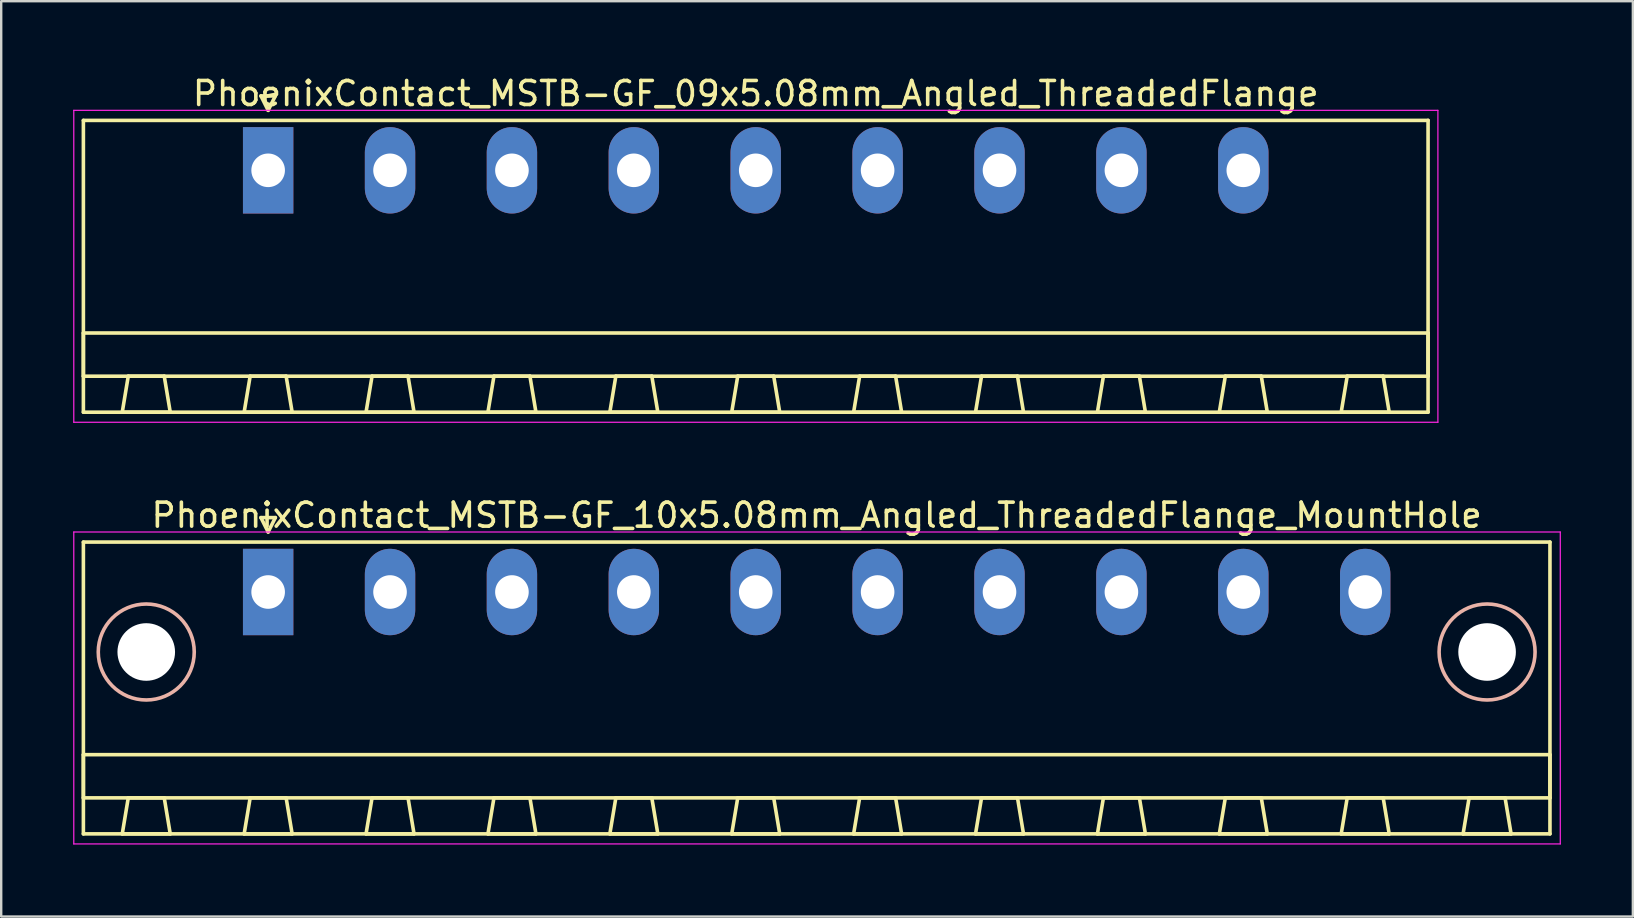
<source format=kicad_pcb>
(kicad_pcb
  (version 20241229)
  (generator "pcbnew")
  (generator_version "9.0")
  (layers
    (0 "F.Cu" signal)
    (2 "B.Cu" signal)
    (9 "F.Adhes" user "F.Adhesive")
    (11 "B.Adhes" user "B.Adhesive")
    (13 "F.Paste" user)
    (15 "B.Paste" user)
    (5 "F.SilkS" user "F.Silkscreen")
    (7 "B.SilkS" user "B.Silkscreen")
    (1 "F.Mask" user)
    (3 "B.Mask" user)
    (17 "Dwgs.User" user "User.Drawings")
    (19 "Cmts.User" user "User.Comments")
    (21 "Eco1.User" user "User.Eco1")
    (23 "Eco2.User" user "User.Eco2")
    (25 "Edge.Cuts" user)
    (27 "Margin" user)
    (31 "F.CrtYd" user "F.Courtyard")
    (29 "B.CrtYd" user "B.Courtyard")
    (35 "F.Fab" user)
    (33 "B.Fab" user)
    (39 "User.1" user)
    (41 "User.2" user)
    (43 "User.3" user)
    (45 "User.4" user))
  (footprint "PhoenixContact_MSTB-GF_09x5.08mm_Angled_ThreadedFlange"
    (layer "F.Cu")
    (at 8.125 4.048)
    (property "Reference" "PhoenixContact_MSTB-GF_09x5.08mm_Angled_ThreadedFlange" (at 20.32 -3.2 0) (layer "F.SilkS") (effects (font (size 1 1) (thickness 0.15))))
    (attr through_hole)
    (fp_line (start -7.7 -2.08) (end -7.7 10.08) (stroke (width 0.15) (type solid)) (layer "F.SilkS"))
    (fp_line (start -7.7 6.78) (end 48.34 6.78) (stroke (width 0.15) (type solid)) (layer "F.SilkS"))
    (fp_line (start -7.7 8.58) (end -7.7 6.78) (stroke (width 0.15) (type solid)) (layer "F.SilkS"))
    (fp_line (start -7.7 10.08) (end 48.34 10.08) (stroke (width 0.15) (type solid)) (layer "F.SilkS"))
    (fp_line (start -6.08 10.08) (end -4.08 10.08) (stroke (width 0.15) (type solid)) (layer "F.SilkS"))
    (fp_line (start -5.83 8.58) (end -6.08 10.08) (stroke (width 0.15) (type solid)) (layer "F.SilkS"))
    (fp_line (start -4.33 8.58) (end -5.83 8.58) (stroke (width 0.15) (type solid)) (layer "F.SilkS"))
    (fp_line (start -4.08 10.08) (end -4.33 8.58) (stroke (width 0.15) (type solid)) (layer "F.SilkS"))
    (fp_line (start -1 10.08) (end 1 10.08) (stroke (width 0.15) (type solid)) (layer "F.SilkS"))
    (fp_line (start -0.75 8.58) (end -1 10.08) (stroke (width 0.15) (type solid)) (layer "F.SilkS"))
    (fp_line (start -0.3 -3.1) (end 0 -2.5) (stroke (width 0.15) (type solid)) (layer "F.SilkS"))
    (fp_line (start 0 -2.5) (end 0.3 -3.1) (stroke (width 0.15) (type solid)) (layer "F.SilkS"))
    (fp_line (start 0.3 -3.1) (end -0.3 -3.1) (stroke (width 0.15) (type solid)) (layer "F.SilkS"))
    (fp_line (start 0.75 8.58) (end -0.75 8.58) (stroke (width 0.15) (type solid)) (layer "F.SilkS"))
    (fp_line (start 1 10.08) (end 0.75 8.58) (stroke (width 0.15) (type solid)) (layer "F.SilkS"))
    (fp_line (start 4.08 10.08) (end 6.08 10.08) (stroke (width 0.15) (type solid)) (layer "F.SilkS"))
    (fp_line (start 4.33 8.58) (end 4.08 10.08) (stroke (width 0.15) (type solid)) (layer "F.SilkS"))
    (fp_line (start 5.83 8.58) (end 4.33 8.58) (stroke (width 0.15) (type solid)) (layer "F.SilkS"))
    (fp_line (start 6.08 10.08) (end 5.83 8.58) (stroke (width 0.15) (type solid)) (layer "F.SilkS"))
    (fp_line (start 9.16 10.08) (end 11.16 10.08) (stroke (width 0.15) (type solid)) (layer "F.SilkS"))
    (fp_line (start 9.41 8.58) (end 9.16 10.08) (stroke (width 0.15) (type solid)) (layer "F.SilkS"))
    (fp_line (start 10.91 8.58) (end 9.41 8.58) (stroke (width 0.15) (type solid)) (layer "F.SilkS"))
    (fp_line (start 11.16 10.08) (end 10.91 8.58) (stroke (width 0.15) (type solid)) (layer "F.SilkS"))
    (fp_line (start 14.24 10.08) (end 16.24 10.08) (stroke (width 0.15) (type solid)) (layer "F.SilkS"))
    (fp_line (start 14.49 8.58) (end 14.24 10.08) (stroke (width 0.15) (type solid)) (layer "F.SilkS"))
    (fp_line (start 15.99 8.58) (end 14.49 8.58) (stroke (width 0.15) (type solid)) (layer "F.SilkS"))
    (fp_line (start 16.24 10.08) (end 15.99 8.58) (stroke (width 0.15) (type solid)) (layer "F.SilkS"))
    (fp_line (start 19.32 10.08) (end 21.32 10.08) (stroke (width 0.15) (type solid)) (layer "F.SilkS"))
    (fp_line (start 19.57 8.58) (end 19.32 10.08) (stroke (width 0.15) (type solid)) (layer "F.SilkS"))
    (fp_line (start 21.07 8.58) (end 19.57 8.58) (stroke (width 0.15) (type solid)) (layer "F.SilkS"))
    (fp_line (start 21.32 10.08) (end 21.07 8.58) (stroke (width 0.15) (type solid)) (layer "F.SilkS"))
    (fp_line (start 24.4 10.08) (end 26.4 10.08) (stroke (width 0.15) (type solid)) (layer "F.SilkS"))
    (fp_line (start 24.65 8.58) (end 24.4 10.08) (stroke (width 0.15) (type solid)) (layer "F.SilkS"))
    (fp_line (start 26.15 8.58) (end 24.65 8.58) (stroke (width 0.15) (type solid)) (layer "F.SilkS"))
    (fp_line (start 26.4 10.08) (end 26.15 8.58) (stroke (width 0.15) (type solid)) (layer "F.SilkS"))
    (fp_line (start 29.48 10.08) (end 31.48 10.08) (stroke (width 0.15) (type solid)) (layer "F.SilkS"))
    (fp_line (start 29.73 8.58) (end 29.48 10.08) (stroke (width 0.15) (type solid)) (layer "F.SilkS"))
    (fp_line (start 31.23 8.58) (end 29.73 8.58) (stroke (width 0.15) (type solid)) (layer "F.SilkS"))
    (fp_line (start 31.48 10.08) (end 31.23 8.58) (stroke (width 0.15) (type solid)) (layer "F.SilkS"))
    (fp_line (start 34.56 10.08) (end 36.56 10.08) (stroke (width 0.15) (type solid)) (layer "F.SilkS"))
    (fp_line (start 34.81 8.58) (end 34.56 10.08) (stroke (width 0.15) (type solid)) (layer "F.SilkS"))
    (fp_line (start 36.31 8.58) (end 34.81 8.58) (stroke (width 0.15) (type solid)) (layer "F.SilkS"))
    (fp_line (start 36.56 10.08) (end 36.31 8.58) (stroke (width 0.15) (type solid)) (layer "F.SilkS"))
    (fp_line (start 39.64 10.08) (end 41.64 10.08) (stroke (width 0.15) (type solid)) (layer "F.SilkS"))
    (fp_line (start 39.89 8.58) (end 39.64 10.08) (stroke (width 0.15) (type solid)) (layer "F.SilkS"))
    (fp_line (start 41.39 8.58) (end 39.89 8.58) (stroke (width 0.15) (type solid)) (layer "F.SilkS"))
    (fp_line (start 41.64 10.08) (end 41.39 8.58) (stroke (width 0.15) (type solid)) (layer "F.SilkS"))
    (fp_line (start 44.72 10.08) (end 46.72 10.08) (stroke (width 0.15) (type solid)) (layer "F.SilkS"))
    (fp_line (start 44.97 8.58) (end 44.72 10.08) (stroke (width 0.15) (type solid)) (layer "F.SilkS"))
    (fp_line (start 46.47 8.58) (end 44.97 8.58) (stroke (width 0.15) (type solid)) (layer "F.SilkS"))
    (fp_line (start 46.72 10.08) (end 46.47 8.58) (stroke (width 0.15) (type solid)) (layer "F.SilkS"))
    (fp_line (start 48.34 -2.08) (end -7.7 -2.08) (stroke (width 0.15) (type solid)) (layer "F.SilkS"))
    (fp_line (start 48.34 6.78) (end 48.34 8.58) (stroke (width 0.15) (type solid)) (layer "F.SilkS"))
    (fp_line (start 48.34 8.58) (end -7.7 8.58) (stroke (width 0.15) (type solid)) (layer "F.SilkS"))
    (fp_line (start 48.34 10.08) (end 48.34 -2.08) (stroke (width 0.15) (type solid)) (layer "F.SilkS"))
    (fp_line (start -8.1 -2.5) (end -8.1 10.5) (stroke (width 0.05) (type solid)) (layer "F.CrtYd"))
    (fp_line (start -8.1 10.5) (end 48.75 10.5) (stroke (width 0.05) (type solid)) (layer "F.CrtYd"))
    (fp_line (start 48.75 -2.5) (end -8.1 -2.5) (stroke (width 0.05) (type solid)) (layer "F.CrtYd"))
    (fp_line (start 48.75 10.5) (end 48.75 -2.5) (stroke (width 0.05) (type solid)) (layer "F.CrtYd"))
    (pad "1" thru_hole rect (at 0 0) (size 2.1 3.6) (drill 1.4) (layers "*.Cu" "*.Mask"))
    (pad "2" thru_hole oval (at 5.08 0) (size 2.1 3.6) (drill 1.4) (layers "*.Cu" "*.Mask"))
    (pad "3" thru_hole oval (at 10.16 0) (size 2.1 3.6) (drill 1.4) (layers "*.Cu" "*.Mask"))
    (pad "4" thru_hole oval (at 15.24 0) (size 2.1 3.6) (drill 1.4) (layers "*.Cu" "*.Mask"))
    (pad "5" thru_hole oval (at 20.32 0) (size 2.1 3.6) (drill 1.4) (layers "*.Cu" "*.Mask"))
    (pad "6" thru_hole oval (at 25.4 0) (size 2.1 3.6) (drill 1.4) (layers "*.Cu" "*.Mask"))
    (pad "7" thru_hole oval (at 30.48 0) (size 2.1 3.6) (drill 1.4) (layers "*.Cu" "*.Mask"))
    (pad "8" thru_hole oval (at 35.56 0) (size 2.1 3.6) (drill 1.4) (layers "*.Cu" "*.Mask"))
    (pad "9" thru_hole oval (at 40.64 0) (size 2.1 3.6) (drill 1.4) (layers "*.Cu" "*.Mask")))
  (footprint "PhoenixContact_MSTB-GF_10x5.08mm_Angled_ThreadedFlange_MountHole"
    (layer "F.Cu")
    (at 8.125 21.622)
    (property "Reference" "PhoenixContact_MSTB-GF_10x5.08mm_Angled_ThreadedFlange_MountHole" (at 22.86 -3.2 0) (layer "F.SilkS") (effects (font (size 1 1) (thickness 0.15))))
    (attr through_hole)
    (fp_line (start -7.7 -2.08) (end -7.7 10.08) (stroke (width 0.15) (type solid)) (layer "F.SilkS"))
    (fp_line (start -7.7 6.78) (end 53.42 6.78) (stroke (width 0.15) (type solid)) (layer "F.SilkS"))
    (fp_line (start -7.7 8.58) (end -7.7 6.78) (stroke (width 0.15) (type solid)) (layer "F.SilkS"))
    (fp_line (start -7.7 10.08) (end 53.42 10.08) (stroke (width 0.15) (type solid)) (layer "F.SilkS"))
    (fp_line (start -6.08 10.08) (end -4.08 10.08) (stroke (width 0.15) (type solid)) (layer "F.SilkS"))
    (fp_line (start -5.83 8.58) (end -6.08 10.08) (stroke (width 0.15) (type solid)) (layer "F.SilkS"))
    (fp_line (start -4.33 8.58) (end -5.83 8.58) (stroke (width 0.15) (type solid)) (layer "F.SilkS"))
    (fp_line (start -4.08 10.08) (end -4.33 8.58) (stroke (width 0.15) (type solid)) (layer "F.SilkS"))
    (fp_line (start -1 10.08) (end 1 10.08) (stroke (width 0.15) (type solid)) (layer "F.SilkS"))
    (fp_line (start -0.75 8.58) (end -1 10.08) (stroke (width 0.15) (type solid)) (layer "F.SilkS"))
    (fp_line (start -0.3 -3.1) (end 0 -2.5) (stroke (width 0.15) (type solid)) (layer "F.SilkS"))
    (fp_line (start 0 -2.5) (end 0.3 -3.1) (stroke (width 0.15) (type solid)) (layer "F.SilkS"))
    (fp_line (start 0.3 -3.1) (end -0.3 -3.1) (stroke (width 0.15) (type solid)) (layer "F.SilkS"))
    (fp_line (start 0.75 8.58) (end -0.75 8.58) (stroke (width 0.15) (type solid)) (layer "F.SilkS"))
    (fp_line (start 1 10.08) (end 0.75 8.58) (stroke (width 0.15) (type solid)) (layer "F.SilkS"))
    (fp_line (start 4.08 10.08) (end 6.08 10.08) (stroke (width 0.15) (type solid)) (layer "F.SilkS"))
    (fp_line (start 4.33 8.58) (end 4.08 10.08) (stroke (width 0.15) (type solid)) (layer "F.SilkS"))
    (fp_line (start 5.83 8.58) (end 4.33 8.58) (stroke (width 0.15) (type solid)) (layer "F.SilkS"))
    (fp_line (start 6.08 10.08) (end 5.83 8.58) (stroke (width 0.15) (type solid)) (layer "F.SilkS"))
    (fp_line (start 9.16 10.08) (end 11.16 10.08) (stroke (width 0.15) (type solid)) (layer "F.SilkS"))
    (fp_line (start 9.41 8.58) (end 9.16 10.08) (stroke (width 0.15) (type solid)) (layer "F.SilkS"))
    (fp_line (start 10.91 8.58) (end 9.41 8.58) (stroke (width 0.15) (type solid)) (layer "F.SilkS"))
    (fp_line (start 11.16 10.08) (end 10.91 8.58) (stroke (width 0.15) (type solid)) (layer "F.SilkS"))
    (fp_line (start 14.24 10.08) (end 16.24 10.08) (stroke (width 0.15) (type solid)) (layer "F.SilkS"))
    (fp_line (start 14.49 8.58) (end 14.24 10.08) (stroke (width 0.15) (type solid)) (layer "F.SilkS"))
    (fp_line (start 15.99 8.58) (end 14.49 8.58) (stroke (width 0.15) (type solid)) (layer "F.SilkS"))
    (fp_line (start 16.24 10.08) (end 15.99 8.58) (stroke (width 0.15) (type solid)) (layer "F.SilkS"))
    (fp_line (start 19.32 10.08) (end 21.32 10.08) (stroke (width 0.15) (type solid)) (layer "F.SilkS"))
    (fp_line (start 19.57 8.58) (end 19.32 10.08) (stroke (width 0.15) (type solid)) (layer "F.SilkS"))
    (fp_line (start 21.07 8.58) (end 19.57 8.58) (stroke (width 0.15) (type solid)) (layer "F.SilkS"))
    (fp_line (start 21.32 10.08) (end 21.07 8.58) (stroke (width 0.15) (type solid)) (layer "F.SilkS"))
    (fp_line (start 24.4 10.08) (end 26.4 10.08) (stroke (width 0.15) (type solid)) (layer "F.SilkS"))
    (fp_line (start 24.65 8.58) (end 24.4 10.08) (stroke (width 0.15) (type solid)) (layer "F.SilkS"))
    (fp_line (start 26.15 8.58) (end 24.65 8.58) (stroke (width 0.15) (type solid)) (layer "F.SilkS"))
    (fp_line (start 26.4 10.08) (end 26.15 8.58) (stroke (width 0.15) (type solid)) (layer "F.SilkS"))
    (fp_line (start 29.48 10.08) (end 31.48 10.08) (stroke (width 0.15) (type solid)) (layer "F.SilkS"))
    (fp_line (start 29.73 8.58) (end 29.48 10.08) (stroke (width 0.15) (type solid)) (layer "F.SilkS"))
    (fp_line (start 31.23 8.58) (end 29.73 8.58) (stroke (width 0.15) (type solid)) (layer "F.SilkS"))
    (fp_line (start 31.48 10.08) (end 31.23 8.58) (stroke (width 0.15) (type solid)) (layer "F.SilkS"))
    (fp_line (start 34.56 10.08) (end 36.56 10.08) (stroke (width 0.15) (type solid)) (layer "F.SilkS"))
    (fp_line (start 34.81 8.58) (end 34.56 10.08) (stroke (width 0.15) (type solid)) (layer "F.SilkS"))
    (fp_line (start 36.31 8.58) (end 34.81 8.58) (stroke (width 0.15) (type solid)) (layer "F.SilkS"))
    (fp_line (start 36.56 10.08) (end 36.31 8.58) (stroke (width 0.15) (type solid)) (layer "F.SilkS"))
    (fp_line (start 39.64 10.08) (end 41.64 10.08) (stroke (width 0.15) (type solid)) (layer "F.SilkS"))
    (fp_line (start 39.89 8.58) (end 39.64 10.08) (stroke (width 0.15) (type solid)) (layer "F.SilkS"))
    (fp_line (start 41.39 8.58) (end 39.89 8.58) (stroke (width 0.15) (type solid)) (layer "F.SilkS"))
    (fp_line (start 41.64 10.08) (end 41.39 8.58) (stroke (width 0.15) (type solid)) (layer "F.SilkS"))
    (fp_line (start 44.72 10.08) (end 46.72 10.08) (stroke (width 0.15) (type solid)) (layer "F.SilkS"))
    (fp_line (start 44.97 8.58) (end 44.72 10.08) (stroke (width 0.15) (type solid)) (layer "F.SilkS"))
    (fp_line (start 46.47 8.58) (end 44.97 8.58) (stroke (width 0.15) (type solid)) (layer "F.SilkS"))
    (fp_line (start 46.72 10.08) (end 46.47 8.58) (stroke (width 0.15) (type solid)) (layer "F.SilkS"))
    (fp_line (start 49.8 10.08) (end 51.8 10.08) (stroke (width 0.15) (type solid)) (layer "F.SilkS"))
    (fp_line (start 50.05 8.58) (end 49.8 10.08) (stroke (width 0.15) (type solid)) (layer "F.SilkS"))
    (fp_line (start 51.55 8.58) (end 50.05 8.58) (stroke (width 0.15) (type solid)) (layer "F.SilkS"))
    (fp_line (start 51.8 10.08) (end 51.55 8.58) (stroke (width 0.15) (type solid)) (layer "F.SilkS"))
    (fp_line (start 53.42 -2.08) (end -7.7 -2.08) (stroke (width 0.15) (type solid)) (layer "F.SilkS"))
    (fp_line (start 53.42 6.78) (end 53.42 8.58) (stroke (width 0.15) (type solid)) (layer "F.SilkS"))
    (fp_line (start 53.42 8.58) (end -7.7 8.58) (stroke (width 0.15) (type solid)) (layer "F.SilkS"))
    (fp_line (start 53.42 10.08) (end 53.42 -2.08) (stroke (width 0.15) (type solid)) (layer "F.SilkS"))
    (fp_circle (center -5.08 2.5) (end -3.08 2.5) (stroke (width 0.15) (type solid)) (fill no) (layer "B.SilkS"))
    (fp_circle (center 50.8 2.5) (end 52.8 2.5) (stroke (width 0.15) (type solid)) (fill no) (layer "B.SilkS"))
    (fp_line (start -8.1 -2.5) (end -8.1 10.5) (stroke (width 0.05) (type solid)) (layer "F.CrtYd"))
    (fp_line (start -8.1 10.5) (end 53.85 10.5) (stroke (width 0.05) (type solid)) (layer "F.CrtYd"))
    (fp_line (start 53.85 -2.5) (end -8.1 -2.5) (stroke (width 0.05) (type solid)) (layer "F.CrtYd"))
    (fp_line (start 53.85 10.5) (end 53.85 -2.5) (stroke (width 0.05) (type solid)) (layer "F.CrtYd"))
    (pad "" np_thru_hole circle (at -5.08 2.5) (size 2.4 2.4) (drill 2.4) (layers "*.Cu" "*.Mask"))
    (pad "" np_thru_hole circle (at 50.8 2.5) (size 2.4 2.4) (drill 2.4) (layers "*.Cu" "*.Mask"))
    (pad "1" thru_hole rect (at 0 0) (size 2.1 3.6) (drill 1.4) (layers "*.Cu" "*.Mask"))
    (pad "2" thru_hole oval (at 5.08 0) (size 2.1 3.6) (drill 1.4) (layers "*.Cu" "*.Mask"))
    (pad "3" thru_hole oval (at 10.16 0) (size 2.1 3.6) (drill 1.4) (layers "*.Cu" "*.Mask"))
    (pad "4" thru_hole oval (at 15.24 0) (size 2.1 3.6) (drill 1.4) (layers "*.Cu" "*.Mask"))
    (pad "5" thru_hole oval (at 20.32 0) (size 2.1 3.6) (drill 1.4) (layers "*.Cu" "*.Mask"))
    (pad "6" thru_hole oval (at 25.4 0) (size 2.1 3.6) (drill 1.4) (layers "*.Cu" "*.Mask"))
    (pad "7" thru_hole oval (at 30.48 0) (size 2.1 3.6) (drill 1.4) (layers "*.Cu" "*.Mask"))
    (pad "8" thru_hole oval (at 35.56 0) (size 2.1 3.6) (drill 1.4) (layers "*.Cu" "*.Mask"))
    (pad "9" thru_hole oval (at 40.64 0) (size 2.1 3.6) (drill 1.4) (layers "*.Cu" "*.Mask"))
    (pad "10" thru_hole oval (at 45.72 0) (size 2.1 3.6) (drill 1.4) (layers "*.Cu" "*.Mask")))
  (gr_rect
    (start -3 -3)
    (end 65 35.147)
    (stroke (width 0.1) (type default))
    (fill no)
    (layer "Edge.Cuts")))
</source>
